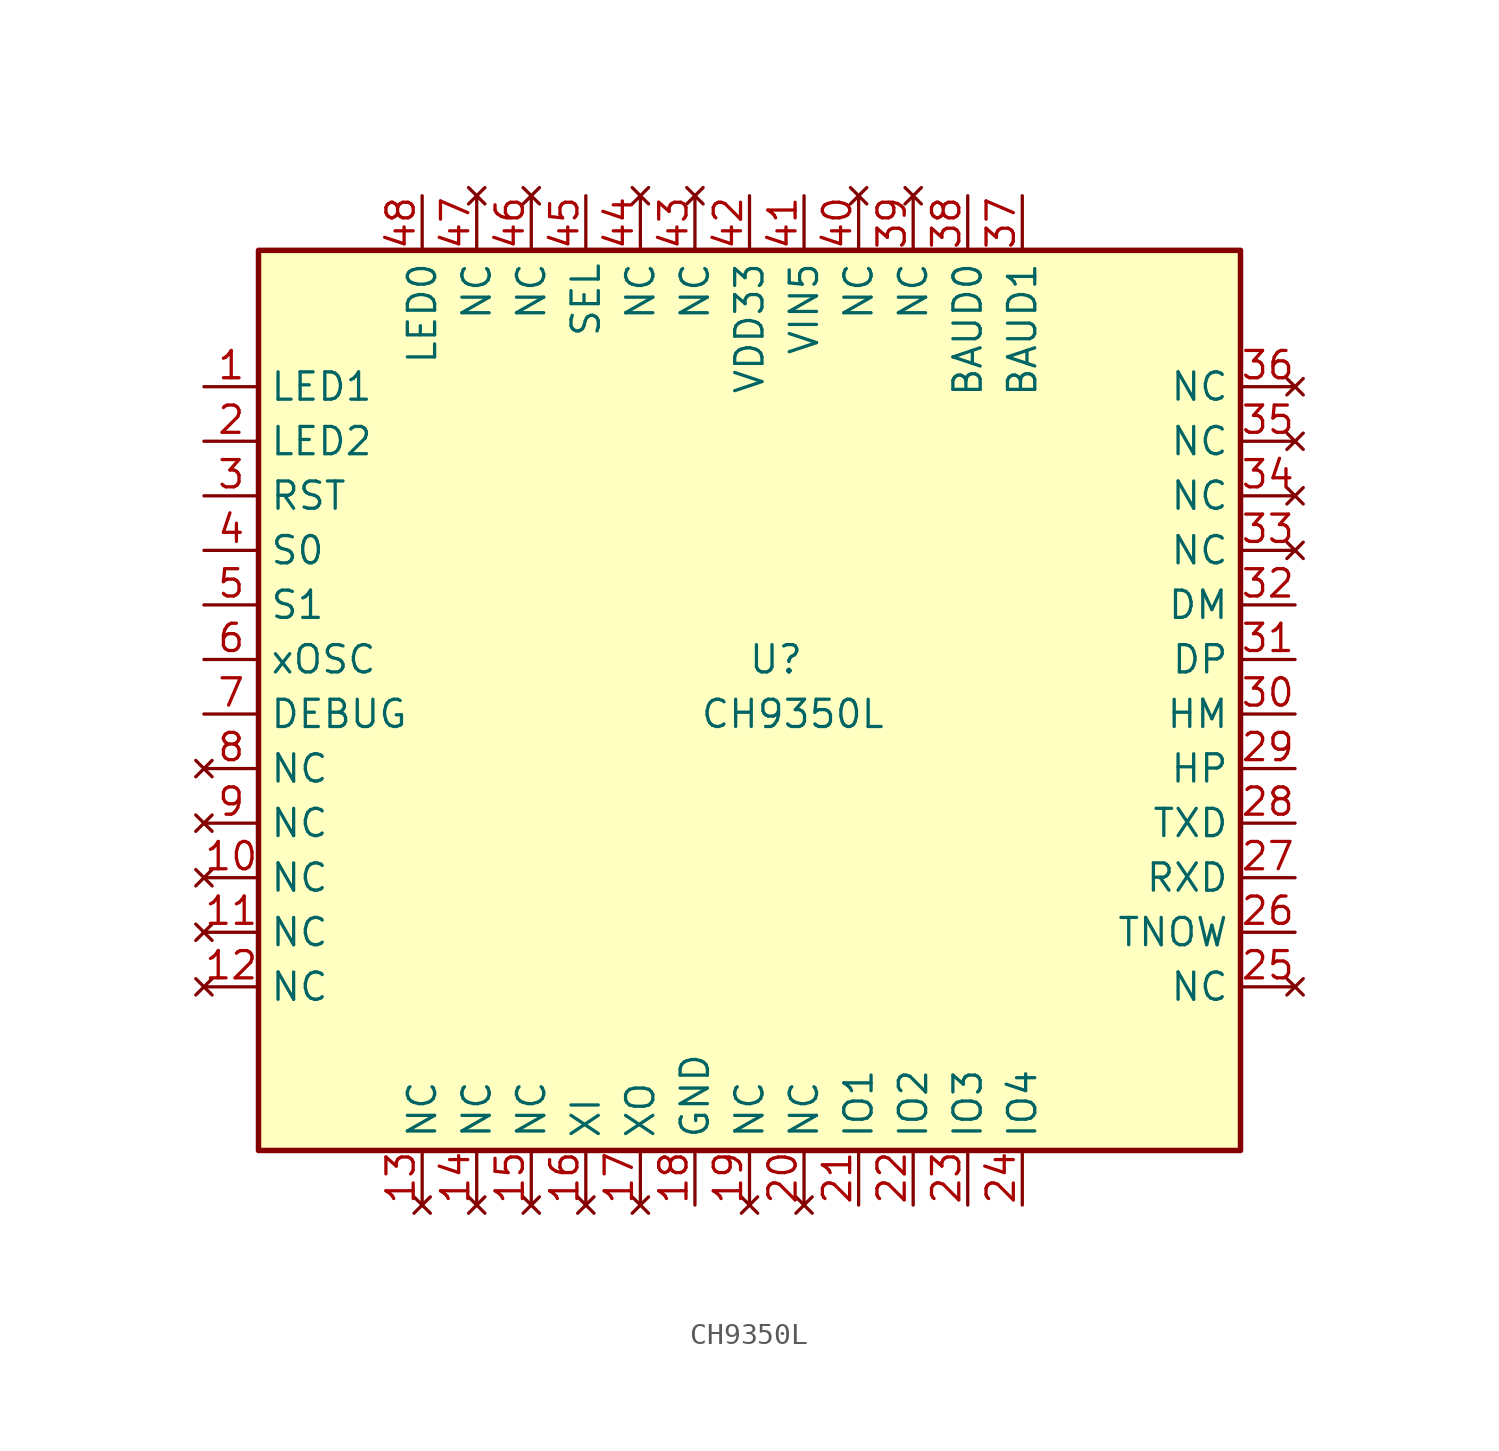
<source format=kicad_sym>
(kicad_symbol_lib
  (version 20220914)
  (generator kicad_symbol_editor)
  (symbol "CH9350L"
    (property "Reference" "U"
      (at 15.24 11.43 0)
      (effects (font (size 1.27 1.27)) (justify right)))
    (property "Value" "CH9350L"
      (at 19.05 8.89 0)
      (effects (font (size 1.27 1.27)) (justify right)))
    (symbol "CH9350L_1_1"
      (rectangle (start -10.16 30.48) (end 35.56 -11.43) (stroke (width 0.254) (type default)) (fill (type background)))
      (pin output line (at -12.7 24.13 0) (length 2.54) (name "LED1" (effects (font (size 1.27 1.27)))) (number "1" (effects (font (size 1.27 1.27)))))
      (pin no_connect line (at -12.7 1.27 0) (length 2.54) (name "NC" (effects (font (size 1.27 1.27)))) (number "10" (effects (font (size 1.27 1.27)))))
      (pin no_connect line (at -12.7 -1.27 0) (length 2.54) (name "NC" (effects (font (size 1.27 1.27)))) (number "11" (effects (font (size 1.27 1.27)))))
      (pin no_connect line (at -12.7 -3.81 0) (length 2.54) (name "NC" (effects (font (size 1.27 1.27)))) (number "12" (effects (font (size 1.27 1.27)))))
      (pin no_connect line (at -2.54 -13.97 90) (length 2.54) (name "NC" (effects (font (size 1.27 1.27)))) (number "13" (effects (font (size 1.27 1.27)))))
      (pin no_connect line (at 0 -13.97 90) (length 2.54) (name "NC" (effects (font (size 1.27 1.27)))) (number "14" (effects (font (size 1.27 1.27)))))
      (pin no_connect line (at 2.54 -13.97 90) (length 2.54) (name "NC" (effects (font (size 1.27 1.27)))) (number "15" (effects (font (size 1.27 1.27)))))
      (pin no_connect line (at 5.08 -13.97 90) (length 2.54) (name "XI" (effects (font (size 1.27 1.27)))) (number "16" (effects (font (size 1.27 1.27)))))
      (pin no_connect line (at 7.62 -13.97 90) (length 2.54) (name "XO" (effects (font (size 1.27 1.27)))) (number "17" (effects (font (size 1.27 1.27)))))
      (pin power_in line (at 10.16 -13.97 90) (length 2.54) (name "GND" (effects (font (size 1.27 1.27)))) (number "18" (effects (font (size 1.27 1.27)))))
      (pin no_connect line (at 12.7 -13.97 90) (length 2.54) (name "NC" (effects (font (size 1.27 1.27)))) (number "19" (effects (font (size 1.27 1.27)))))
      (pin output line (at -12.7 21.59 0) (length 2.54) (name "LED2" (effects (font (size 1.27 1.27)))) (number "2" (effects (font (size 1.27 1.27)))))
      (pin no_connect line (at 15.24 -13.97 90) (length 2.54) (name "NC" (effects (font (size 1.27 1.27)))) (number "20" (effects (font (size 1.27 1.27)))))
      (pin bidirectional line (at 17.78 -13.97 90) (length 2.54) (name "IO1" (effects (font (size 1.27 1.27)))) (number "21" (effects (font (size 1.27 1.27)))))
      (pin bidirectional line (at 20.32 -13.97 90) (length 2.54) (name "IO2" (effects (font (size 1.27 1.27)))) (number "22" (effects (font (size 1.27 1.27)))))
      (pin bidirectional line (at 22.86 -13.97 90) (length 2.54) (name "IO3" (effects (font (size 1.27 1.27)))) (number "23" (effects (font (size 1.27 1.27)))))
      (pin bidirectional line (at 25.4 -13.97 90) (length 2.54) (name "IO4" (effects (font (size 1.27 1.27)))) (number "24" (effects (font (size 1.27 1.27)))))
      (pin no_connect line (at 38.1 -3.81 180) (length 2.54) (name "NC" (effects (font (size 1.27 1.27)))) (number "25" (effects (font (size 1.27 1.27)))))
      (pin output line (at 38.1 -1.27 180) (length 2.54) (name "TNOW" (effects (font (size 1.27 1.27)))) (number "26" (effects (font (size 1.27 1.27)))))
      (pin input line (at 38.1 1.27 180) (length 2.54) (name "RXD" (effects (font (size 1.27 1.27)))) (number "27" (effects (font (size 1.27 1.27)))))
      (pin output line (at 38.1 3.81 180) (length 2.54) (name "TXD" (effects (font (size 1.27 1.27)))) (number "28" (effects (font (size 1.27 1.27)))))
      (pin bidirectional line (at 38.1 6.35 180) (length 2.54) (name "HP" (effects (font (size 1.27 1.27)))) (number "29" (effects (font (size 1.27 1.27)))))
      (pin input line (at -12.7 19.05 0) (length 2.54) (name "RST" (effects (font (size 1.27 1.27)))) (number "3" (effects (font (size 1.27 1.27)))))
      (pin bidirectional line (at 38.1 8.89 180) (length 2.54) (name "HM" (effects (font (size 1.27 1.27)))) (number "30" (effects (font (size 1.27 1.27)))))
      (pin bidirectional line (at 38.1 11.43 180) (length 2.54) (name "DP" (effects (font (size 1.27 1.27)))) (number "31" (effects (font (size 1.27 1.27)))))
      (pin bidirectional line (at 38.1 13.97 180) (length 2.54) (name "DM" (effects (font (size 1.27 1.27)))) (number "32" (effects (font (size 1.27 1.27)))))
      (pin no_connect line (at 38.1 16.51 180) (length 2.54) (name "NC" (effects (font (size 1.27 1.27)))) (number "33" (effects (font (size 1.27 1.27)))))
      (pin no_connect line (at 38.1 19.05 180) (length 2.54) (name "NC" (effects (font (size 1.27 1.27)))) (number "34" (effects (font (size 1.27 1.27)))))
      (pin no_connect line (at 38.1 21.59 180) (length 2.54) (name "NC" (effects (font (size 1.27 1.27)))) (number "35" (effects (font (size 1.27 1.27)))))
      (pin no_connect line (at 38.1 24.13 180) (length 2.54) (name "NC" (effects (font (size 1.27 1.27)))) (number "36" (effects (font (size 1.27 1.27)))))
      (pin input line (at 25.4 33.02 270) (length 2.54) (name "BAUD1" (effects (font (size 1.27 1.27)))) (number "37" (effects (font (size 1.27 1.27)))))
      (pin input line (at 22.86 33.02 270) (length 2.54) (name "BAUD0" (effects (font (size 1.27 1.27)))) (number "38" (effects (font (size 1.27 1.27)))))
      (pin no_connect line (at 20.32 33.02 270) (length 2.54) (name "NC" (effects (font (size 1.27 1.27)))) (number "39" (effects (font (size 1.27 1.27)))))
      (pin input line (at -12.7 16.51 0) (length 2.54) (name "S0" (effects (font (size 1.27 1.27)))) (number "4" (effects (font (size 1.27 1.27)))))
      (pin no_connect line (at 17.78 33.02 270) (length 2.54) (name "NC" (effects (font (size 1.27 1.27)))) (number "40" (effects (font (size 1.27 1.27)))))
      (pin power_in line (at 15.24 33.02 270) (length 2.54) (name "VIN5" (effects (font (size 1.27 1.27)))) (number "41" (effects (font (size 1.27 1.27)))))
      (pin power_out line (at 12.7 33.02 270) (length 2.54) (name "VDD33" (effects (font (size 1.27 1.27)))) (number "42" (effects (font (size 1.27 1.27)))))
      (pin no_connect line (at 10.16 33.02 270) (length 2.54) (name "NC" (effects (font (size 1.27 1.27)))) (number "43" (effects (font (size 1.27 1.27)))))
      (pin no_connect line (at 7.62 33.02 270) (length 2.54) (name "NC" (effects (font (size 1.27 1.27)))) (number "44" (effects (font (size 1.27 1.27)))))
      (pin input line (at 5.08 33.02 270) (length 2.54) (name "SEL" (effects (font (size 1.27 1.27)))) (number "45" (effects (font (size 1.27 1.27)))))
      (pin no_connect line (at 2.54 33.02 270) (length 2.54) (name "NC" (effects (font (size 1.27 1.27)))) (number "46" (effects (font (size 1.27 1.27)))))
      (pin no_connect line (at 0 33.02 270) (length 2.54) (name "NC" (effects (font (size 1.27 1.27)))) (number "47" (effects (font (size 1.27 1.27)))))
      (pin output line (at -2.54 33.02 270) (length 2.54) (name "LED0" (effects (font (size 1.27 1.27)))) (number "48" (effects (font (size 1.27 1.27)))))
      (pin input line (at -12.7 13.97 0) (length 2.54) (name "S1" (effects (font (size 1.27 1.27)))) (number "5" (effects (font (size 1.27 1.27)))))
      (pin input line (at -12.7 11.43 0) (length 2.54) (name "xOSC" (effects (font (size 1.27 1.27)))) (number "6" (effects (font (size 1.27 1.27)))))
      (pin output line (at -12.7 8.89 0) (length 2.54) (name "DEBUG" (effects (font (size 1.27 1.27)))) (number "7" (effects (font (size 1.27 1.27)))))
      (pin no_connect line (at -12.7 6.35 0) (length 2.54) (name "NC" (effects (font (size 1.27 1.27)))) (number "8" (effects (font (size 1.27 1.27)))))
      (pin no_connect line (at -12.7 3.81 0) (length 2.54) (name "NC" (effects (font (size 1.27 1.27)))) (number "9" (effects (font (size 1.27 1.27))))))))
</source>
